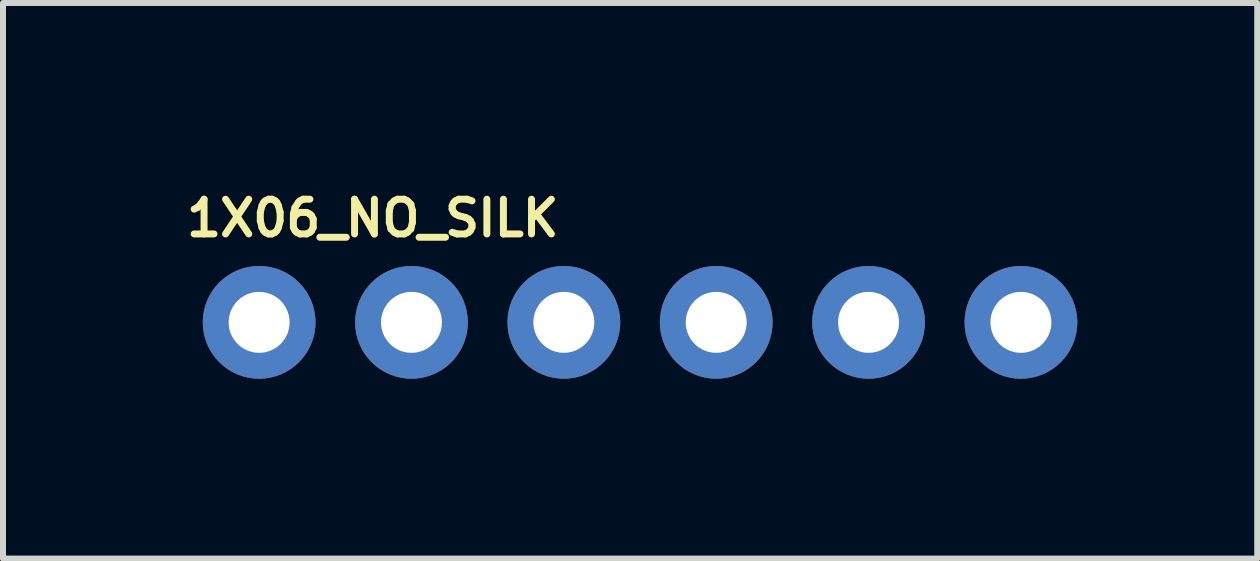
<source format=kicad_pcb>
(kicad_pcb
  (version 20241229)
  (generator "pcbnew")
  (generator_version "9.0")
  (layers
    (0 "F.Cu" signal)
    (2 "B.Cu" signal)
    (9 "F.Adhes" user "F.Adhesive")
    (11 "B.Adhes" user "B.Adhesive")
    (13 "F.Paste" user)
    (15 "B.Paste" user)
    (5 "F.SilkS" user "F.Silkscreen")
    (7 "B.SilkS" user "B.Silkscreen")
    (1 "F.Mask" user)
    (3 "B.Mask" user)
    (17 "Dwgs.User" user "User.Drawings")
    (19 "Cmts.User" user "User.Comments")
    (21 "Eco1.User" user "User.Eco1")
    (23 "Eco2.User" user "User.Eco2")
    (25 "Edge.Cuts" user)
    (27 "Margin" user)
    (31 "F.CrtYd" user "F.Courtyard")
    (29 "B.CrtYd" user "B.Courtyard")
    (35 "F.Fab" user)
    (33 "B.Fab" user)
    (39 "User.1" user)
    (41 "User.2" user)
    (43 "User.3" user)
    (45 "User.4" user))
  (footprint "1X06_NO_SILK"
    (layer "F.Cu")
    (at 1.27 2.324)
    (property "Reference" "1X06_NO_SILK" (at -1.27 -1.397 180) (layer "F.SilkS") (effects (font (size 0.579 0.579) (thickness 0.116)) (justify left bottom)))
    (attr through_hole)
    (fp_poly (pts (xy -0.254 0.254) (xy 0.254 0.254) (xy 0.254 -0.254) (xy -0.254 -0.254)) (stroke (width 0.1) (type solid)) (fill no) (layer "F.Fab"))
    (fp_poly (pts (xy 2.286 0.254) (xy 2.794 0.254) (xy 2.794 -0.254) (xy 2.286 -0.254)) (stroke (width 0.1) (type solid)) (fill no) (layer "F.Fab"))
    (fp_poly (pts (xy 4.826 0.254) (xy 5.334 0.254) (xy 5.334 -0.254) (xy 4.826 -0.254)) (stroke (width 0.1) (type solid)) (fill no) (layer "F.Fab"))
    (fp_poly (pts (xy 7.366 0.254) (xy 7.874 0.254) (xy 7.874 -0.254) (xy 7.366 -0.254)) (stroke (width 0.1) (type solid)) (fill no) (layer "F.Fab"))
    (fp_poly (pts (xy 9.906 0.254) (xy 10.414 0.254) (xy 10.414 -0.254) (xy 9.906 -0.254)) (stroke (width 0.1) (type solid)) (fill no) (layer "F.Fab"))
    (fp_poly (pts (xy 12.446 0.254) (xy 12.954 0.254) (xy 12.954 -0.254) (xy 12.446 -0.254)) (stroke (width 0.1) (type solid)) (fill no) (layer "F.Fab"))
    (pad "1" thru_hole circle (at 0 0 90) (size 1.88 1.88) (drill 1.016) (layers "*.Cu" "*.Mask"))
    (pad "2" thru_hole circle (at 2.54 0 90) (size 1.88 1.88) (drill 1.016) (layers "*.Cu" "*.Mask"))
    (pad "3" thru_hole circle (at 5.08 0 90) (size 1.88 1.88) (drill 1.016) (layers "*.Cu" "*.Mask"))
    (pad "4" thru_hole circle (at 7.62 0 90) (size 1.88 1.88) (drill 1.016) (layers "*.Cu" "*.Mask"))
    (pad "5" thru_hole circle (at 10.16 0 90) (size 1.88 1.88) (drill 1.016) (layers "*.Cu" "*.Mask"))
    (pad "6" thru_hole circle (at 12.7 0 90) (size 1.88 1.88) (drill 1.016) (layers "*.Cu" "*.Mask")))
  (gr_rect
    (start -3 -3)
    (end 17.91 6.263)
    (stroke (width 0.1) (type default))
    (fill no)
    (layer "Edge.Cuts")))
</source>
